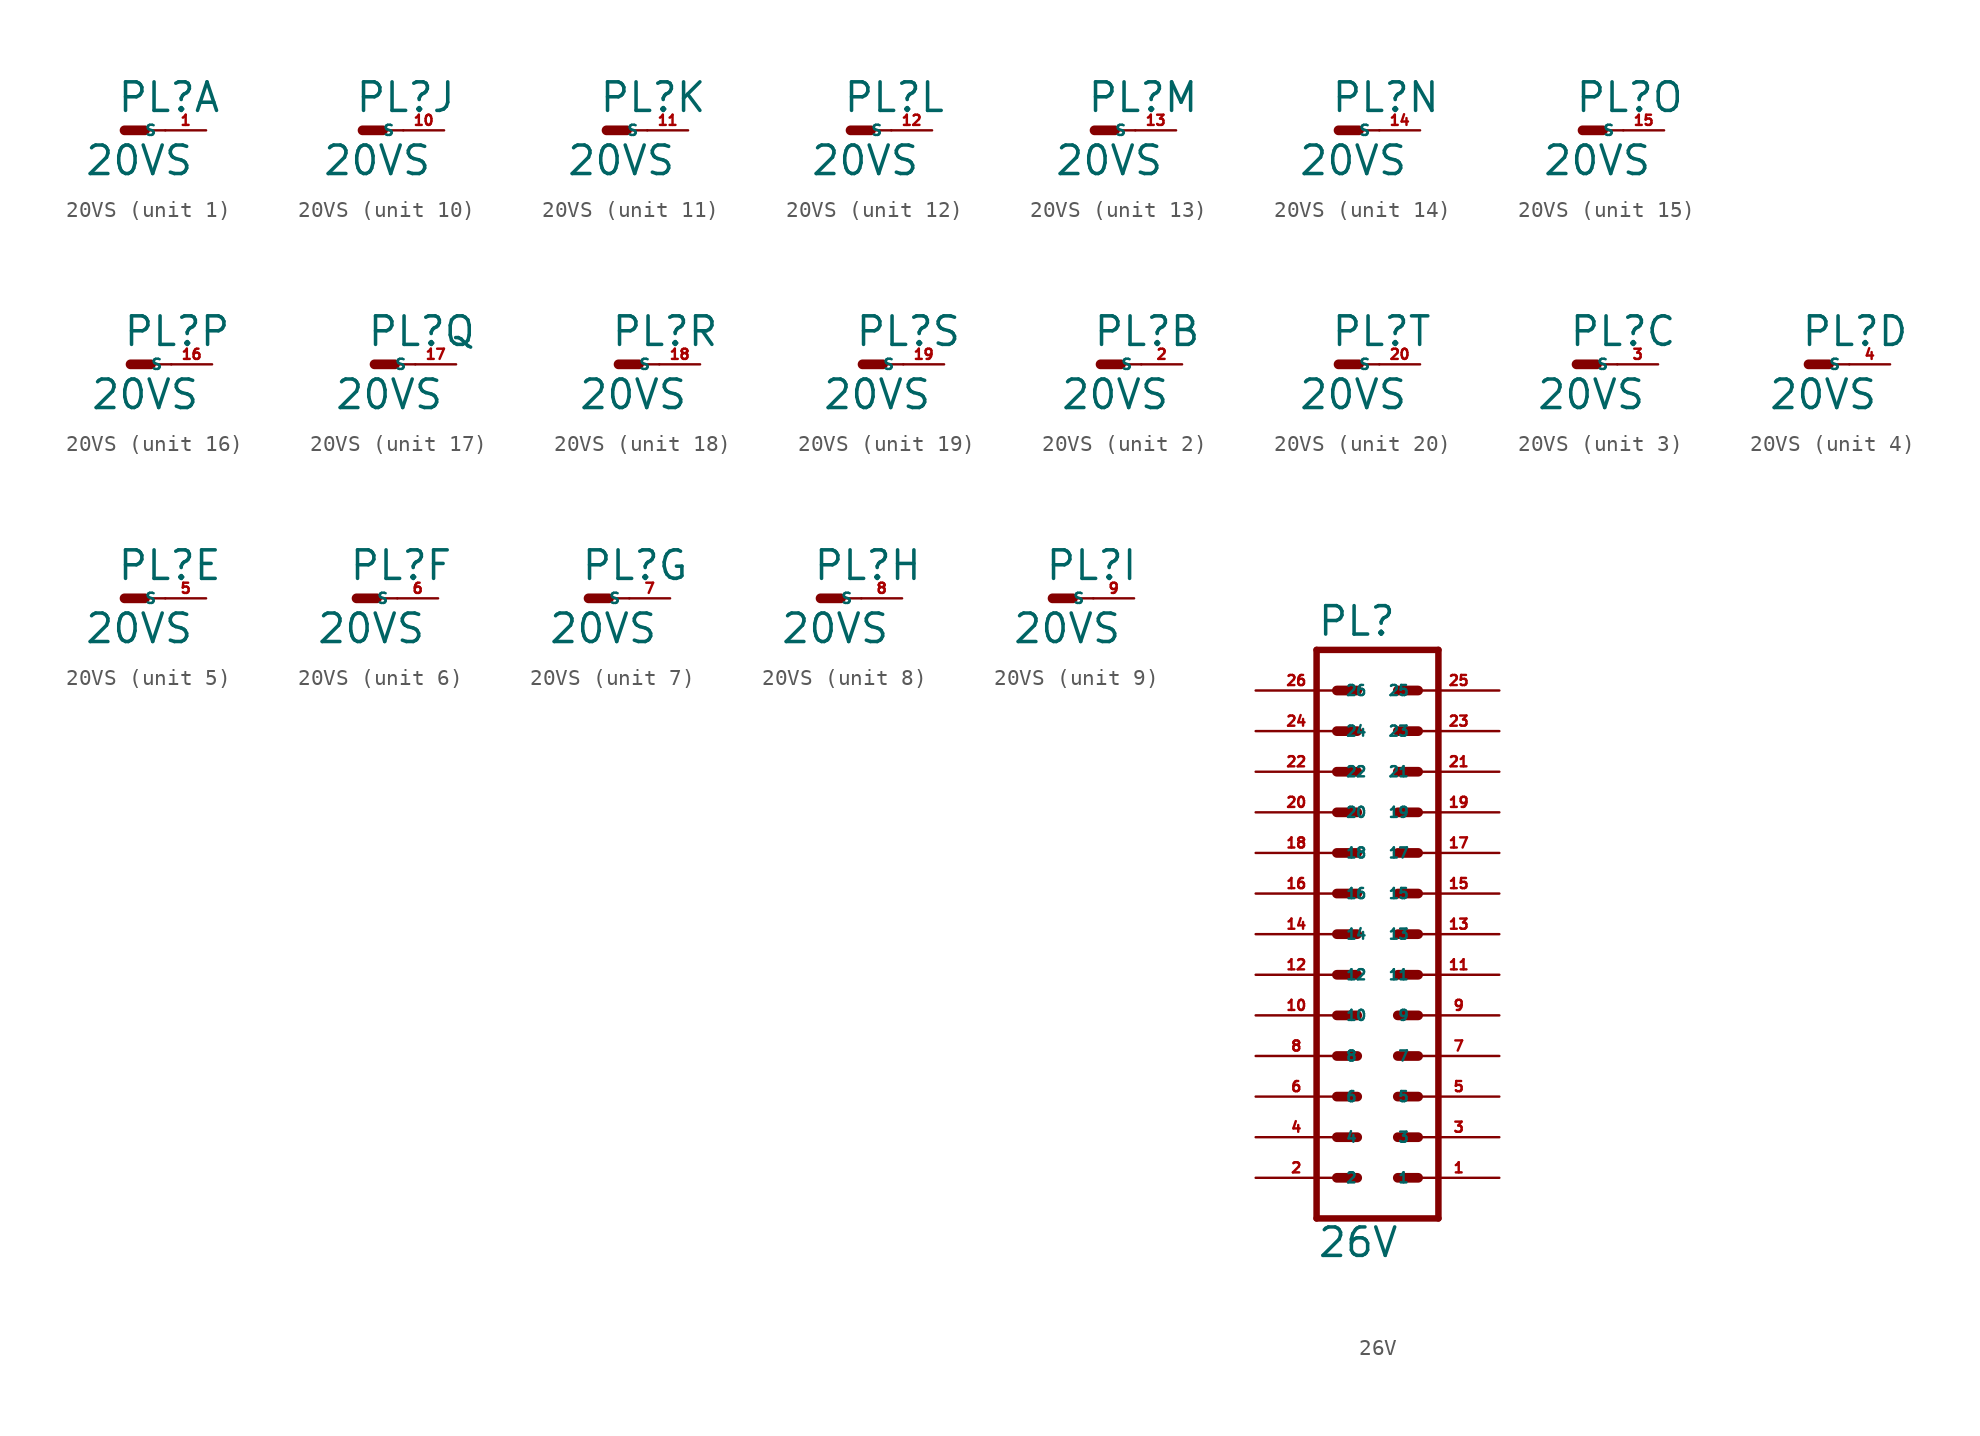
<source format=kicad_sym>
(kicad_symbol_lib
  (version 20220914)
  (generator Eagle2Kicad)
  (symbol "20VS"
    (property "Reference" "PL"
      (at -0.508 1.016 0)
      (effects (font (size 1.778 1.778) (thickness 0.22)) (justify left bottom)))
    (property "Value" "20VS"
      (at -2.54 -2.921 0)
      (effects (font (size 1.778 1.778) (thickness 0.22)) (justify left bottom)))
    (symbol "20VS_1_0"
      (polyline (pts (xy 0 0) (xy 1.27 0)) (stroke (width 0.61) (type default)) (fill (type none)))
      (polyline (pts (xy 2.54 0) (xy 1.27 0)) (stroke (width 0.152) (type default)) (fill (type none)))
      (pin passive line (at 5.08 0 180) (length 2.54) (name "S" (effects (font (size 0.635 0.635) (thickness 0.08)) (justify left bottom))) (number "1" (effects (font (size 0.635 0.635) (thickness 0.08)) (justify left bottom)))))
    (symbol "20VS_2_0"
      (polyline (pts (xy 0 0) (xy 1.27 0)) (stroke (width 0.61) (type default)) (fill (type none)))
      (polyline (pts (xy 2.54 0) (xy 1.27 0)) (stroke (width 0.152) (type default)) (fill (type none)))
      (pin passive line (at 5.08 0 180) (length 2.54) (name "S" (effects (font (size 0.635 0.635) (thickness 0.08)) (justify left bottom))) (number "2" (effects (font (size 0.635 0.635) (thickness 0.08)) (justify left bottom)))))
    (symbol "20VS_3_0"
      (polyline (pts (xy 0 0) (xy 1.27 0)) (stroke (width 0.61) (type default)) (fill (type none)))
      (polyline (pts (xy 2.54 0) (xy 1.27 0)) (stroke (width 0.152) (type default)) (fill (type none)))
      (pin passive line (at 5.08 0 180) (length 2.54) (name "S" (effects (font (size 0.635 0.635) (thickness 0.08)) (justify left bottom))) (number "3" (effects (font (size 0.635 0.635) (thickness 0.08)) (justify left bottom)))))
    (symbol "20VS_4_0"
      (polyline (pts (xy 0 0) (xy 1.27 0)) (stroke (width 0.61) (type default)) (fill (type none)))
      (polyline (pts (xy 2.54 0) (xy 1.27 0)) (stroke (width 0.152) (type default)) (fill (type none)))
      (pin passive line (at 5.08 0 180) (length 2.54) (name "S" (effects (font (size 0.635 0.635) (thickness 0.08)) (justify left bottom))) (number "4" (effects (font (size 0.635 0.635) (thickness 0.08)) (justify left bottom)))))
    (symbol "20VS_5_0"
      (polyline (pts (xy 0 0) (xy 1.27 0)) (stroke (width 0.61) (type default)) (fill (type none)))
      (polyline (pts (xy 2.54 0) (xy 1.27 0)) (stroke (width 0.152) (type default)) (fill (type none)))
      (pin passive line (at 5.08 0 180) (length 2.54) (name "S" (effects (font (size 0.635 0.635) (thickness 0.08)) (justify left bottom))) (number "5" (effects (font (size 0.635 0.635) (thickness 0.08)) (justify left bottom)))))
    (symbol "20VS_6_0"
      (polyline (pts (xy 0 0) (xy 1.27 0)) (stroke (width 0.61) (type default)) (fill (type none)))
      (polyline (pts (xy 2.54 0) (xy 1.27 0)) (stroke (width 0.152) (type default)) (fill (type none)))
      (pin passive line (at 5.08 0 180) (length 2.54) (name "S" (effects (font (size 0.635 0.635) (thickness 0.08)) (justify left bottom))) (number "6" (effects (font (size 0.635 0.635) (thickness 0.08)) (justify left bottom)))))
    (symbol "20VS_7_0"
      (polyline (pts (xy 0 0) (xy 1.27 0)) (stroke (width 0.61) (type default)) (fill (type none)))
      (polyline (pts (xy 2.54 0) (xy 1.27 0)) (stroke (width 0.152) (type default)) (fill (type none)))
      (pin passive line (at 5.08 0 180) (length 2.54) (name "S" (effects (font (size 0.635 0.635) (thickness 0.08)) (justify left bottom))) (number "7" (effects (font (size 0.635 0.635) (thickness 0.08)) (justify left bottom)))))
    (symbol "20VS_8_0"
      (polyline (pts (xy 0 0) (xy 1.27 0)) (stroke (width 0.61) (type default)) (fill (type none)))
      (polyline (pts (xy 2.54 0) (xy 1.27 0)) (stroke (width 0.152) (type default)) (fill (type none)))
      (pin passive line (at 5.08 0 180) (length 2.54) (name "S" (effects (font (size 0.635 0.635) (thickness 0.08)) (justify left bottom))) (number "8" (effects (font (size 0.635 0.635) (thickness 0.08)) (justify left bottom)))))
    (symbol "20VS_9_0"
      (polyline (pts (xy 0 0) (xy 1.27 0)) (stroke (width 0.61) (type default)) (fill (type none)))
      (polyline (pts (xy 2.54 0) (xy 1.27 0)) (stroke (width 0.152) (type default)) (fill (type none)))
      (pin passive line (at 5.08 0 180) (length 2.54) (name "S" (effects (font (size 0.635 0.635) (thickness 0.08)) (justify left bottom))) (number "9" (effects (font (size 0.635 0.635) (thickness 0.08)) (justify left bottom)))))
    (symbol "20VS_10_0"
      (polyline (pts (xy 0 0) (xy 1.27 0)) (stroke (width 0.61) (type default)) (fill (type none)))
      (polyline (pts (xy 2.54 0) (xy 1.27 0)) (stroke (width 0.152) (type default)) (fill (type none)))
      (pin passive line (at 5.08 0 180) (length 2.54) (name "S" (effects (font (size 0.635 0.635) (thickness 0.08)) (justify left bottom))) (number "10" (effects (font (size 0.635 0.635) (thickness 0.08)) (justify left bottom)))))
    (symbol "20VS_11_0"
      (polyline (pts (xy 0 0) (xy 1.27 0)) (stroke (width 0.61) (type default)) (fill (type none)))
      (polyline (pts (xy 2.54 0) (xy 1.27 0)) (stroke (width 0.152) (type default)) (fill (type none)))
      (pin passive line (at 5.08 0 180) (length 2.54) (name "S" (effects (font (size 0.635 0.635) (thickness 0.08)) (justify left bottom))) (number "11" (effects (font (size 0.635 0.635) (thickness 0.08)) (justify left bottom)))))
    (symbol "20VS_12_0"
      (polyline (pts (xy 0 0) (xy 1.27 0)) (stroke (width 0.61) (type default)) (fill (type none)))
      (polyline (pts (xy 2.54 0) (xy 1.27 0)) (stroke (width 0.152) (type default)) (fill (type none)))
      (pin passive line (at 5.08 0 180) (length 2.54) (name "S" (effects (font (size 0.635 0.635) (thickness 0.08)) (justify left bottom))) (number "12" (effects (font (size 0.635 0.635) (thickness 0.08)) (justify left bottom)))))
    (symbol "20VS_13_0"
      (polyline (pts (xy 0 0) (xy 1.27 0)) (stroke (width 0.61) (type default)) (fill (type none)))
      (polyline (pts (xy 2.54 0) (xy 1.27 0)) (stroke (width 0.152) (type default)) (fill (type none)))
      (pin passive line (at 5.08 0 180) (length 2.54) (name "S" (effects (font (size 0.635 0.635) (thickness 0.08)) (justify left bottom))) (number "13" (effects (font (size 0.635 0.635) (thickness 0.08)) (justify left bottom)))))
    (symbol "20VS_14_0"
      (polyline (pts (xy 0 0) (xy 1.27 0)) (stroke (width 0.61) (type default)) (fill (type none)))
      (polyline (pts (xy 2.54 0) (xy 1.27 0)) (stroke (width 0.152) (type default)) (fill (type none)))
      (pin passive line (at 5.08 0 180) (length 2.54) (name "S" (effects (font (size 0.635 0.635) (thickness 0.08)) (justify left bottom))) (number "14" (effects (font (size 0.635 0.635) (thickness 0.08)) (justify left bottom)))))
    (symbol "20VS_15_0"
      (polyline (pts (xy 0 0) (xy 1.27 0)) (stroke (width 0.61) (type default)) (fill (type none)))
      (polyline (pts (xy 2.54 0) (xy 1.27 0)) (stroke (width 0.152) (type default)) (fill (type none)))
      (pin passive line (at 5.08 0 180) (length 2.54) (name "S" (effects (font (size 0.635 0.635) (thickness 0.08)) (justify left bottom))) (number "15" (effects (font (size 0.635 0.635) (thickness 0.08)) (justify left bottom)))))
    (symbol "20VS_16_0"
      (polyline (pts (xy 0 0) (xy 1.27 0)) (stroke (width 0.61) (type default)) (fill (type none)))
      (polyline (pts (xy 2.54 0) (xy 1.27 0)) (stroke (width 0.152) (type default)) (fill (type none)))
      (pin passive line (at 5.08 0 180) (length 2.54) (name "S" (effects (font (size 0.635 0.635) (thickness 0.08)) (justify left bottom))) (number "16" (effects (font (size 0.635 0.635) (thickness 0.08)) (justify left bottom)))))
    (symbol "20VS_17_0"
      (polyline (pts (xy 0 0) (xy 1.27 0)) (stroke (width 0.61) (type default)) (fill (type none)))
      (polyline (pts (xy 2.54 0) (xy 1.27 0)) (stroke (width 0.152) (type default)) (fill (type none)))
      (pin passive line (at 5.08 0 180) (length 2.54) (name "S" (effects (font (size 0.635 0.635) (thickness 0.08)) (justify left bottom))) (number "17" (effects (font (size 0.635 0.635) (thickness 0.08)) (justify left bottom)))))
    (symbol "20VS_18_0"
      (polyline (pts (xy 0 0) (xy 1.27 0)) (stroke (width 0.61) (type default)) (fill (type none)))
      (polyline (pts (xy 2.54 0) (xy 1.27 0)) (stroke (width 0.152) (type default)) (fill (type none)))
      (pin passive line (at 5.08 0 180) (length 2.54) (name "S" (effects (font (size 0.635 0.635) (thickness 0.08)) (justify left bottom))) (number "18" (effects (font (size 0.635 0.635) (thickness 0.08)) (justify left bottom)))))
    (symbol "20VS_19_0"
      (polyline (pts (xy 0 0) (xy 1.27 0)) (stroke (width 0.61) (type default)) (fill (type none)))
      (polyline (pts (xy 2.54 0) (xy 1.27 0)) (stroke (width 0.152) (type default)) (fill (type none)))
      (pin passive line (at 5.08 0 180) (length 2.54) (name "S" (effects (font (size 0.635 0.635) (thickness 0.08)) (justify left bottom))) (number "19" (effects (font (size 0.635 0.635) (thickness 0.08)) (justify left bottom)))))
    (symbol "20VS_20_0"
      (polyline (pts (xy 0 0) (xy 1.27 0)) (stroke (width 0.61) (type default)) (fill (type none)))
      (polyline (pts (xy 2.54 0) (xy 1.27 0)) (stroke (width 0.152) (type default)) (fill (type none)))
      (pin passive line (at 5.08 0 180) (length 2.54) (name "S" (effects (font (size 0.635 0.635) (thickness 0.08)) (justify left bottom))) (number "20" (effects (font (size 0.635 0.635) (thickness 0.08)) (justify left bottom))))))
  (symbol "26V"
    (property "Reference" "PL"
      (at -3.81 18.542 0)
      (effects (font (size 1.778 1.778) (thickness 0.22)) (justify left bottom)))
    (property "Value" "26V"
      (at -3.81 -20.32 0)
      (effects (font (size 1.778 1.778) (thickness 0.22)) (justify left bottom)))
    (polyline
      (pts (xy 3.81 -17.78) (xy -3.81 -17.78))
      (stroke (width 0.406) (type default))
      (fill (type none)))
    (polyline
      (pts (xy 1.27 -5.08) (xy 2.54 -5.08))
      (stroke (width 0.61) (type default))
      (fill (type none)))
    (polyline
      (pts (xy 1.27 -7.62) (xy 2.54 -7.62))
      (stroke (width 0.61) (type default))
      (fill (type none)))
    (polyline
      (pts (xy 1.27 -10.16) (xy 2.54 -10.16))
      (stroke (width 0.61) (type default))
      (fill (type none)))
    (polyline
      (pts (xy 1.27 -12.7) (xy 2.54 -12.7))
      (stroke (width 0.61) (type default))
      (fill (type none)))
    (polyline
      (pts (xy 1.27 -15.24) (xy 2.54 -15.24))
      (stroke (width 0.61) (type default))
      (fill (type none)))
    (polyline
      (pts (xy -2.54 -5.08) (xy -1.27 -5.08))
      (stroke (width 0.61) (type default))
      (fill (type none)))
    (polyline
      (pts (xy -2.54 -7.62) (xy -1.27 -7.62))
      (stroke (width 0.61) (type default))
      (fill (type none)))
    (polyline
      (pts (xy -2.54 -10.16) (xy -1.27 -10.16))
      (stroke (width 0.61) (type default))
      (fill (type none)))
    (polyline
      (pts (xy -2.54 -12.7) (xy -1.27 -12.7))
      (stroke (width 0.61) (type default))
      (fill (type none)))
    (polyline
      (pts (xy -2.54 -15.24) (xy -1.27 -15.24))
      (stroke (width 0.61) (type default))
      (fill (type none)))
    (polyline
      (pts (xy 1.27 7.62) (xy 2.54 7.62))
      (stroke (width 0.61) (type default))
      (fill (type none)))
    (polyline
      (pts (xy 1.27 5.08) (xy 2.54 5.08))
      (stroke (width 0.61) (type default))
      (fill (type none)))
    (polyline
      (pts (xy 1.27 2.54) (xy 2.54 2.54))
      (stroke (width 0.61) (type default))
      (fill (type none)))
    (polyline
      (pts (xy 1.27 0) (xy 2.54 0))
      (stroke (width 0.61) (type default))
      (fill (type none)))
    (polyline
      (pts (xy 1.27 -2.54) (xy 2.54 -2.54))
      (stroke (width 0.61) (type default))
      (fill (type none)))
    (polyline
      (pts (xy -2.54 7.62) (xy -1.27 7.62))
      (stroke (width 0.61) (type default))
      (fill (type none)))
    (polyline
      (pts (xy -2.54 5.08) (xy -1.27 5.08))
      (stroke (width 0.61) (type default))
      (fill (type none)))
    (polyline
      (pts (xy -2.54 2.54) (xy -1.27 2.54))
      (stroke (width 0.61) (type default))
      (fill (type none)))
    (polyline
      (pts (xy -2.54 0) (xy -1.27 0))
      (stroke (width 0.61) (type default))
      (fill (type none)))
    (polyline
      (pts (xy -2.54 -2.54) (xy -1.27 -2.54))
      (stroke (width 0.61) (type default))
      (fill (type none)))
    (polyline
      (pts (xy -3.81 17.78) (xy -3.81 -17.78))
      (stroke (width 0.406) (type default))
      (fill (type none)))
    (polyline
      (pts (xy 3.81 -17.78) (xy 3.81 17.78))
      (stroke (width 0.406) (type default))
      (fill (type none)))
    (polyline
      (pts (xy -3.81 17.78) (xy 3.81 17.78))
      (stroke (width 0.406) (type default))
      (fill (type none)))
    (polyline
      (pts (xy 1.27 15.24) (xy 2.54 15.24))
      (stroke (width 0.61) (type default))
      (fill (type none)))
    (polyline
      (pts (xy 1.27 12.7) (xy 2.54 12.7))
      (stroke (width 0.61) (type default))
      (fill (type none)))
    (polyline
      (pts (xy 1.27 10.16) (xy 2.54 10.16))
      (stroke (width 0.61) (type default))
      (fill (type none)))
    (polyline
      (pts (xy -2.54 15.24) (xy -1.27 15.24))
      (stroke (width 0.61) (type default))
      (fill (type none)))
    (polyline
      (pts (xy -2.54 12.7) (xy -1.27 12.7))
      (stroke (width 0.61) (type default))
      (fill (type none)))
    (polyline
      (pts (xy -2.54 10.16) (xy -1.27 10.16))
      (stroke (width 0.61) (type default))
      (fill (type none)))
    (pin passive line
      (at 7.62 -15.24 180)
      (length 5.08)
      (name "1" (effects (font (size 0.635 0.635) (thickness 0.08)) (justify left bottom)))
      (number "1" (effects (font (size 0.635 0.635) (thickness 0.08)) (justify left bottom))))
    (pin passive line
      (at 7.62 -12.7 180)
      (length 5.08)
      (name "3" (effects (font (size 0.635 0.635) (thickness 0.08)) (justify left bottom)))
      (number "3" (effects (font (size 0.635 0.635) (thickness 0.08)) (justify left bottom))))
    (pin passive line
      (at 7.62 -10.16 180)
      (length 5.08)
      (name "5" (effects (font (size 0.635 0.635) (thickness 0.08)) (justify left bottom)))
      (number "5" (effects (font (size 0.635 0.635) (thickness 0.08)) (justify left bottom))))
    (pin passive line
      (at 7.62 -7.62 180)
      (length 5.08)
      (name "7" (effects (font (size 0.635 0.635) (thickness 0.08)) (justify left bottom)))
      (number "7" (effects (font (size 0.635 0.635) (thickness 0.08)) (justify left bottom))))
    (pin passive line
      (at 7.62 -5.08 180)
      (length 5.08)
      (name "9" (effects (font (size 0.635 0.635) (thickness 0.08)) (justify left bottom)))
      (number "9" (effects (font (size 0.635 0.635) (thickness 0.08)) (justify left bottom))))
    (pin passive line
      (at -7.62 -15.24 0)
      (length 5.08)
      (name "2" (effects (font (size 0.635 0.635) (thickness 0.08)) (justify left bottom)))
      (number "2" (effects (font (size 0.635 0.635) (thickness 0.08)) (justify left bottom))))
    (pin passive line
      (at -7.62 -12.7 0)
      (length 5.08)
      (name "4" (effects (font (size 0.635 0.635) (thickness 0.08)) (justify left bottom)))
      (number "4" (effects (font (size 0.635 0.635) (thickness 0.08)) (justify left bottom))))
    (pin passive line
      (at -7.62 -10.16 0)
      (length 5.08)
      (name "6" (effects (font (size 0.635 0.635) (thickness 0.08)) (justify left bottom)))
      (number "6" (effects (font (size 0.635 0.635) (thickness 0.08)) (justify left bottom))))
    (pin passive line
      (at -7.62 -7.62 0)
      (length 5.08)
      (name "8" (effects (font (size 0.635 0.635) (thickness 0.08)) (justify left bottom)))
      (number "8" (effects (font (size 0.635 0.635) (thickness 0.08)) (justify left bottom))))
    (pin passive line
      (at -7.62 -5.08 0)
      (length 5.08)
      (name "10" (effects (font (size 0.635 0.635) (thickness 0.08)) (justify left bottom)))
      (number "10" (effects (font (size 0.635 0.635) (thickness 0.08)) (justify left bottom))))
    (pin passive line
      (at 7.62 -2.54 180)
      (length 5.08)
      (name "11" (effects (font (size 0.635 0.635) (thickness 0.08)) (justify left bottom)))
      (number "11" (effects (font (size 0.635 0.635) (thickness 0.08)) (justify left bottom))))
    (pin passive line
      (at 7.62 0 180)
      (length 5.08)
      (name "13" (effects (font (size 0.635 0.635) (thickness 0.08)) (justify left bottom)))
      (number "13" (effects (font (size 0.635 0.635) (thickness 0.08)) (justify left bottom))))
    (pin passive line
      (at 7.62 2.54 180)
      (length 5.08)
      (name "15" (effects (font (size 0.635 0.635) (thickness 0.08)) (justify left bottom)))
      (number "15" (effects (font (size 0.635 0.635) (thickness 0.08)) (justify left bottom))))
    (pin passive line
      (at 7.62 5.08 180)
      (length 5.08)
      (name "17" (effects (font (size 0.635 0.635) (thickness 0.08)) (justify left bottom)))
      (number "17" (effects (font (size 0.635 0.635) (thickness 0.08)) (justify left bottom))))
    (pin passive line
      (at 7.62 7.62 180)
      (length 5.08)
      (name "19" (effects (font (size 0.635 0.635) (thickness 0.08)) (justify left bottom)))
      (number "19" (effects (font (size 0.635 0.635) (thickness 0.08)) (justify left bottom))))
    (pin passive line
      (at -7.62 -2.54 0)
      (length 5.08)
      (name "12" (effects (font (size 0.635 0.635) (thickness 0.08)) (justify left bottom)))
      (number "12" (effects (font (size 0.635 0.635) (thickness 0.08)) (justify left bottom))))
    (pin passive line
      (at -7.62 0 0)
      (length 5.08)
      (name "14" (effects (font (size 0.635 0.635) (thickness 0.08)) (justify left bottom)))
      (number "14" (effects (font (size 0.635 0.635) (thickness 0.08)) (justify left bottom))))
    (pin passive line
      (at -7.62 2.54 0)
      (length 5.08)
      (name "16" (effects (font (size 0.635 0.635) (thickness 0.08)) (justify left bottom)))
      (number "16" (effects (font (size 0.635 0.635) (thickness 0.08)) (justify left bottom))))
    (pin passive line
      (at -7.62 5.08 0)
      (length 5.08)
      (name "18" (effects (font (size 0.635 0.635) (thickness 0.08)) (justify left bottom)))
      (number "18" (effects (font (size 0.635 0.635) (thickness 0.08)) (justify left bottom))))
    (pin passive line
      (at -7.62 7.62 0)
      (length 5.08)
      (name "20" (effects (font (size 0.635 0.635) (thickness 0.08)) (justify left bottom)))
      (number "20" (effects (font (size 0.635 0.635) (thickness 0.08)) (justify left bottom))))
    (pin passive line
      (at 7.62 10.16 180)
      (length 5.08)
      (name "21" (effects (font (size 0.635 0.635) (thickness 0.08)) (justify left bottom)))
      (number "21" (effects (font (size 0.635 0.635) (thickness 0.08)) (justify left bottom))))
    (pin passive line
      (at 7.62 12.7 180)
      (length 5.08)
      (name "23" (effects (font (size 0.635 0.635) (thickness 0.08)) (justify left bottom)))
      (number "23" (effects (font (size 0.635 0.635) (thickness 0.08)) (justify left bottom))))
    (pin passive line
      (at 7.62 15.24 180)
      (length 5.08)
      (name "25" (effects (font (size 0.635 0.635) (thickness 0.08)) (justify left bottom)))
      (number "25" (effects (font (size 0.635 0.635) (thickness 0.08)) (justify left bottom))))
    (pin passive line
      (at -7.62 10.16 0)
      (length 5.08)
      (name "22" (effects (font (size 0.635 0.635) (thickness 0.08)) (justify left bottom)))
      (number "22" (effects (font (size 0.635 0.635) (thickness 0.08)) (justify left bottom))))
    (pin passive line
      (at -7.62 12.7 0)
      (length 5.08)
      (name "24" (effects (font (size 0.635 0.635) (thickness 0.08)) (justify left bottom)))
      (number "24" (effects (font (size 0.635 0.635) (thickness 0.08)) (justify left bottom))))
    (pin passive line
      (at -7.62 15.24 0)
      (length 5.08)
      (name "26" (effects (font (size 0.635 0.635) (thickness 0.08)) (justify left bottom)))
      (number "26" (effects (font (size 0.635 0.635) (thickness 0.08)) (justify left bottom))))))
</source>
